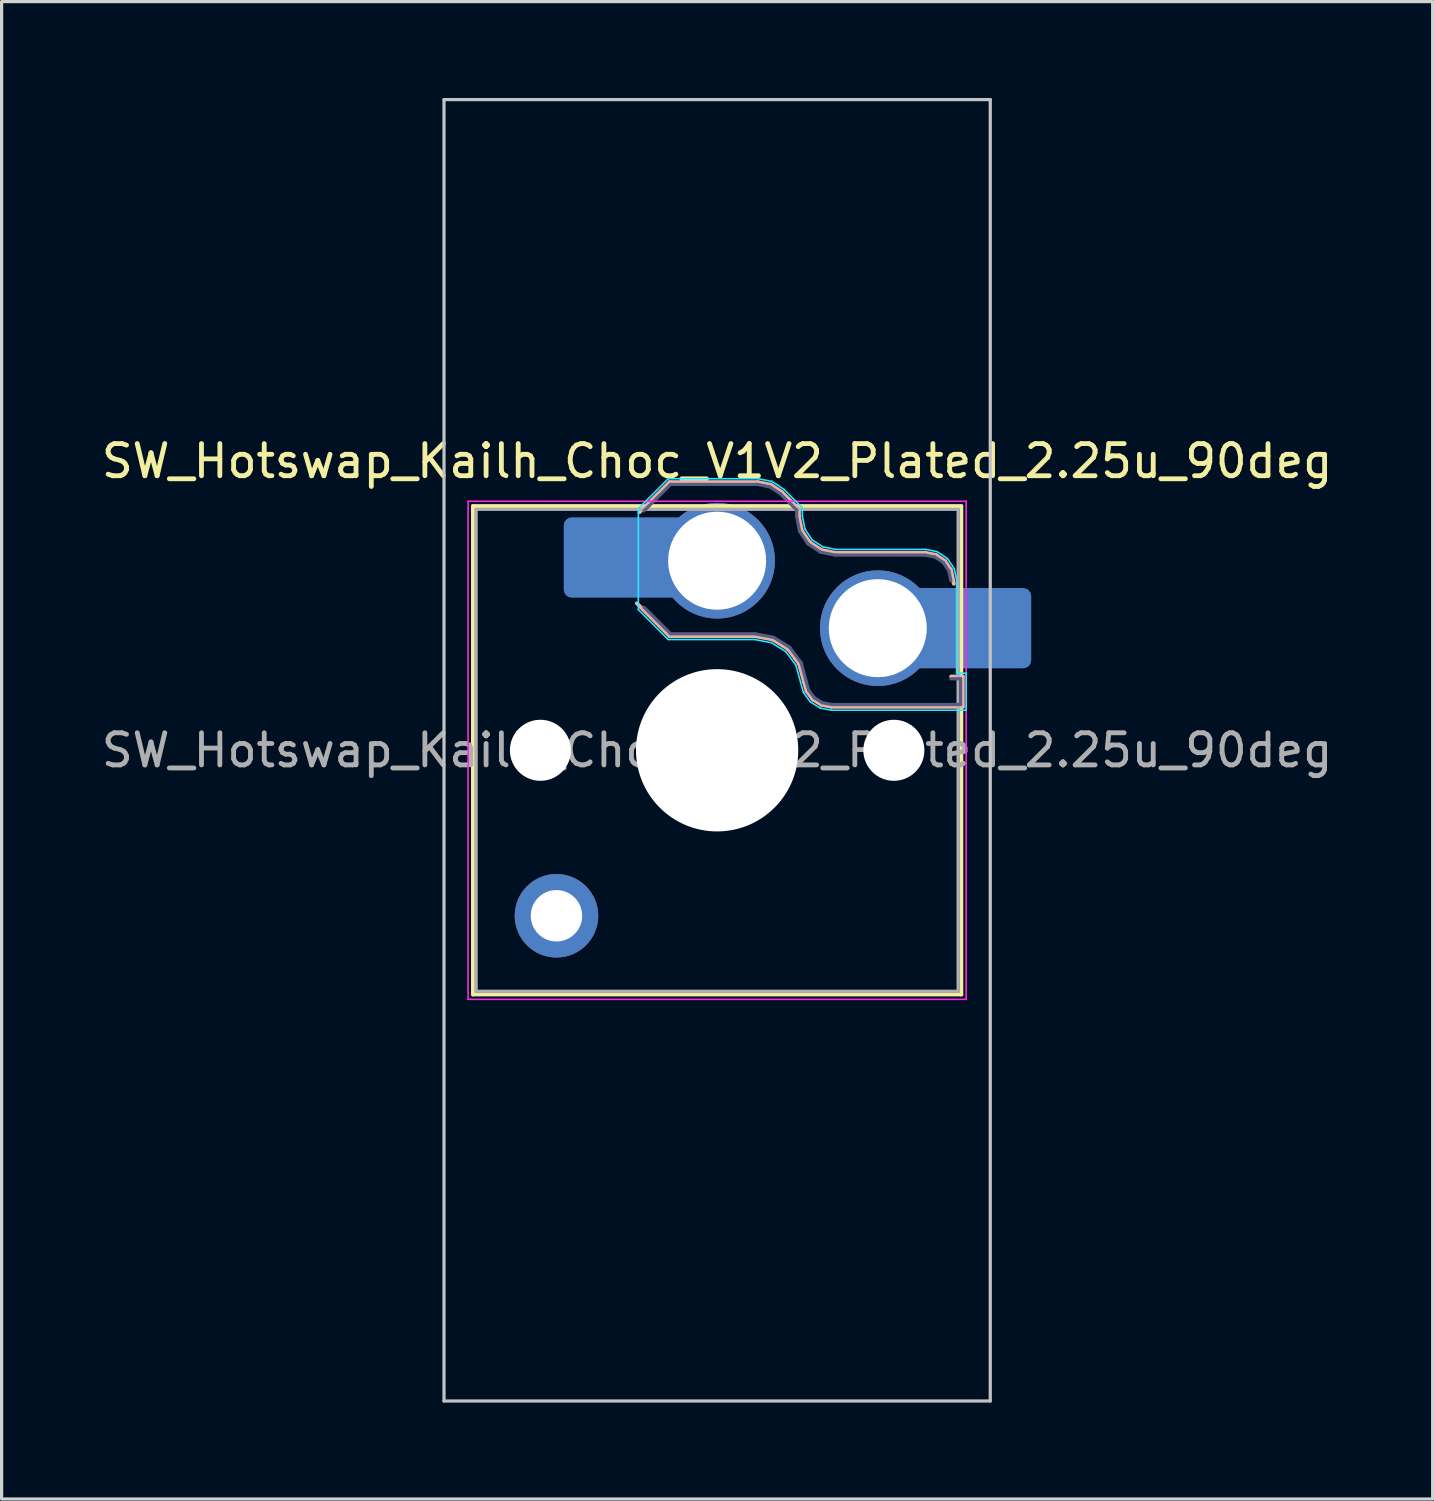
<source format=kicad_pcb>
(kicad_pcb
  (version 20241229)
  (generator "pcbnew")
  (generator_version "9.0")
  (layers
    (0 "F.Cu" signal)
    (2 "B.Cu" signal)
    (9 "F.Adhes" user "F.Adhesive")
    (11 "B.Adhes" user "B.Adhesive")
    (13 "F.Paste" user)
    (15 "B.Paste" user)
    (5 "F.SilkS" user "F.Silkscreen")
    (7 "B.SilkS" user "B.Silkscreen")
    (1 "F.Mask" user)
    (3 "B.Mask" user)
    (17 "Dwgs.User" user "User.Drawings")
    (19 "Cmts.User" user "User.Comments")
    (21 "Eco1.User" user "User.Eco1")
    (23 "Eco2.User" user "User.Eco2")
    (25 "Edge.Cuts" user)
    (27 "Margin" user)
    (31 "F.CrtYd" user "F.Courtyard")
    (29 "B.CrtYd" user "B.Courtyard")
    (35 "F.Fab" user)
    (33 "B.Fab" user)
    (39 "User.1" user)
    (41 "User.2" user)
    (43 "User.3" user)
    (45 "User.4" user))
  (footprint "SW_Hotswap_Kailh_Choc_V1V2_Plated_2.25u_90deg"
    (layer "F.Cu")
    (at 19.268 20.3)
    (property "Reference" "SW_Hotswap_Kailh_Choc_V1V2_Plated_2.25u_90deg" (at 0 -9 0) (layer "F.SilkS") (effects (font (size 1 1) (thickness 0.15))))
    (attr smd)
    (fp_line (start -7.6 -7.6) (end -7.6 7.6) (stroke (width 0.12) (type solid)) (layer "F.SilkS"))
    (fp_line (start -7.6 7.6) (end 7.6 7.6) (stroke (width 0.12) (type solid)) (layer "F.SilkS"))
    (fp_line (start 7.6 -7.6) (end -7.6 -7.6) (stroke (width 0.12) (type solid)) (layer "F.SilkS"))
    (fp_line (start 7.6 7.6) (end 7.6 -7.6) (stroke (width 0.12) (type solid)) (layer "F.SilkS"))
    (fp_line (start -2.416 -7.409) (end -1.479 -8.346) (stroke (width 0.12) (type solid)) (layer "B.SilkS"))
    (fp_line (start -1.479 -8.346) (end 1.268 -8.346) (stroke (width 0.12) (type solid)) (layer "B.SilkS"))
    (fp_line (start -1.479 -3.554) (end -2.5 -4.575) (stroke (width 0.12) (type solid)) (layer "B.SilkS"))
    (fp_line (start 1.168 -3.554) (end -1.479 -3.554) (stroke (width 0.12) (type solid)) (layer "B.SilkS"))
    (fp_line (start 1.268 -8.346) (end 1.671 -8.266) (stroke (width 0.12) (type solid)) (layer "B.SilkS"))
    (fp_line (start 1.671 -8.266) (end 2.013 -8.037) (stroke (width 0.12) (type solid)) (layer "B.SilkS"))
    (fp_line (start 1.73 -3.449) (end 1.168 -3.554) (stroke (width 0.12) (type solid)) (layer "B.SilkS"))
    (fp_line (start 2.013 -8.037) (end 2.546 -7.504) (stroke (width 0.12) (type solid)) (layer "B.SilkS"))
    (fp_line (start 2.209 -3.15) (end 1.73 -3.449) (stroke (width 0.12) (type solid)) (layer "B.SilkS"))
    (fp_line (start 2.546 -7.504) (end 2.546 -7.282) (stroke (width 0.12) (type solid)) (layer "B.SilkS"))
    (fp_line (start 2.546 -7.282) (end 2.633 -6.844) (stroke (width 0.12) (type solid)) (layer "B.SilkS"))
    (fp_line (start 2.547 -2.697) (end 2.209 -3.15) (stroke (width 0.12) (type solid)) (layer "B.SilkS"))
    (fp_line (start 2.633 -6.844) (end 2.877 -6.477) (stroke (width 0.12) (type solid)) (layer "B.SilkS"))
    (fp_line (start 2.701 -2.139) (end 2.547 -2.697) (stroke (width 0.12) (type solid)) (layer "B.SilkS"))
    (fp_line (start 2.783 -1.841) (end 2.701 -2.139) (stroke (width 0.12) (type solid)) (layer "B.SilkS"))
    (fp_line (start 2.877 -6.477) (end 3.244 -6.233) (stroke (width 0.12) (type solid)) (layer "B.SilkS"))
    (fp_line (start 2.976 -1.583) (end 2.783 -1.841) (stroke (width 0.12) (type solid)) (layer "B.SilkS"))
    (fp_line (start 3.244 -6.233) (end 3.682 -6.146) (stroke (width 0.12) (type solid)) (layer "B.SilkS"))
    (fp_line (start 3.25 -1.413) (end 2.976 -1.583) (stroke (width 0.12) (type solid)) (layer "B.SilkS"))
    (fp_line (start 3.56 -1.354) (end 3.25 -1.413) (stroke (width 0.12) (type solid)) (layer "B.SilkS"))
    (fp_line (start 3.682 -6.146) (end 6.482 -6.146) (stroke (width 0.12) (type solid)) (layer "B.SilkS"))
    (fp_line (start 6.482 -6.146) (end 6.809 -6.081) (stroke (width 0.12) (type solid)) (layer "B.SilkS"))
    (fp_line (start 6.809 -6.081) (end 7.092 -5.892) (stroke (width 0.12) (type solid)) (layer "B.SilkS"))
    (fp_line (start 7.092 -5.892) (end 7.281 -5.609) (stroke (width 0.12) (type solid)) (layer "B.SilkS"))
    (fp_line (start 7.281 -5.609) (end 7.366 -5.182) (stroke (width 0.12) (type solid)) (layer "B.SilkS"))
    (fp_line (start 7.283 -2.296) (end 7.646 -2.296) (stroke (width 0.12) (type solid)) (layer "B.SilkS"))
    (fp_line (start 7.646 -2.296) (end 7.646 -1.354) (stroke (width 0.12) (type solid)) (layer "B.SilkS"))
    (fp_line (start 7.646 -1.354) (end 3.56 -1.354) (stroke (width 0.12) (type solid)) (layer "B.SilkS"))
    (fp_line (start -8.5 -20.25) (end 8.5 -20.25) (stroke (width 0.1) (type solid)) (layer "Dwgs.User"))
    (fp_line (start -8.5 20.25) (end -8.5 -20.25) (stroke (width 0.1) (type solid)) (layer "Dwgs.User"))
    (fp_line (start 8.5 -20.25) (end 8.5 20.25) (stroke (width 0.1) (type solid)) (layer "Dwgs.User"))
    (fp_line (start 8.5 20.25) (end -8.5 20.25) (stroke (width 0.1) (type solid)) (layer "Dwgs.User"))
    (fp_line (start -7.25 -7.25) (end -7.25 7.25) (stroke (width 0.1) (type solid)) (layer "Eco1.User"))
    (fp_line (start -7.25 7.25) (end 7.25 7.25) (stroke (width 0.1) (type solid)) (layer "Eco1.User"))
    (fp_line (start 7.25 -7.25) (end -7.25 -7.25) (stroke (width 0.1) (type solid)) (layer "Eco1.User"))
    (fp_line (start 7.25 7.25) (end 7.25 -7.25) (stroke (width 0.1) (type solid)) (layer "Eco1.User"))
    (fp_line (start -2.452 -7.523) (end -1.523 -8.452) (stroke (width 0.05) (type solid)) (layer "B.CrtYd"))
    (fp_line (start -2.452 -4.377) (end -2.452 -7.523) (stroke (width 0.05) (type solid)) (layer "B.CrtYd"))
    (fp_line (start -1.523 -8.452) (end 1.278 -8.452) (stroke (width 0.05) (type solid)) (layer "B.CrtYd"))
    (fp_line (start -1.523 -3.448) (end -2.452 -4.377) (stroke (width 0.05) (type solid)) (layer "B.CrtYd"))
    (fp_line (start 1.159 -3.448) (end -1.523 -3.448) (stroke (width 0.05) (type solid)) (layer "B.CrtYd"))
    (fp_line (start 1.278 -8.452) (end 1.712 -8.366) (stroke (width 0.05) (type solid)) (layer "B.CrtYd"))
    (fp_line (start 1.691 -3.348) (end 1.159 -3.448) (stroke (width 0.05) (type solid)) (layer "B.CrtYd"))
    (fp_line (start 1.712 -8.366) (end 2.081 -8.119) (stroke (width 0.05) (type solid)) (layer "B.CrtYd"))
    (fp_line (start 2.081 -8.119) (end 2.652 -7.548) (stroke (width 0.05) (type solid)) (layer "B.CrtYd"))
    (fp_line (start 2.136 -3.071) (end 1.691 -3.348) (stroke (width 0.05) (type solid)) (layer "B.CrtYd"))
    (fp_line (start 2.45 -2.65) (end 2.136 -3.071) (stroke (width 0.05) (type solid)) (layer "B.CrtYd"))
    (fp_line (start 2.599 -2.111) (end 2.45 -2.65) (stroke (width 0.05) (type solid)) (layer "B.CrtYd"))
    (fp_line (start 2.652 -7.548) (end 2.652 -7.292) (stroke (width 0.05) (type solid)) (layer "B.CrtYd"))
    (fp_line (start 2.652 -7.292) (end 2.733 -6.885) (stroke (width 0.05) (type solid)) (layer "B.CrtYd"))
    (fp_line (start 2.687 -1.794) (end 2.599 -2.111) (stroke (width 0.05) (type solid)) (layer "B.CrtYd"))
    (fp_line (start 2.733 -6.885) (end 2.953 -6.553) (stroke (width 0.05) (type solid)) (layer "B.CrtYd"))
    (fp_line (start 2.903 -1.503) (end 2.687 -1.794) (stroke (width 0.05) (type solid)) (layer "B.CrtYd"))
    (fp_line (start 2.953 -6.553) (end 3.285 -6.333) (stroke (width 0.05) (type solid)) (layer "B.CrtYd"))
    (fp_line (start 3.211 -1.312) (end 2.903 -1.503) (stroke (width 0.05) (type solid)) (layer "B.CrtYd"))
    (fp_line (start 3.285 -6.333) (end 3.692 -6.252) (stroke (width 0.05) (type solid)) (layer "B.CrtYd"))
    (fp_line (start 3.55 -1.248) (end 3.211 -1.312) (stroke (width 0.05) (type solid)) (layer "B.CrtYd"))
    (fp_line (start 3.692 -6.252) (end 6.492 -6.252) (stroke (width 0.05) (type solid)) (layer "B.CrtYd"))
    (fp_line (start 6.492 -6.252) (end 6.85 -6.181) (stroke (width 0.05) (type solid)) (layer "B.CrtYd"))
    (fp_line (start 6.85 -6.181) (end 7.168 -5.968) (stroke (width 0.05) (type solid)) (layer "B.CrtYd"))
    (fp_line (start 7.168 -5.968) (end 7.381 -5.65) (stroke (width 0.05) (type solid)) (layer "B.CrtYd"))
    (fp_line (start 7.381 -5.65) (end 7.452 -5.292) (stroke (width 0.05) (type solid)) (layer "B.CrtYd"))
    (fp_line (start 7.452 -5.292) (end 7.452 -2.402) (stroke (width 0.05) (type solid)) (layer "B.CrtYd"))
    (fp_line (start 7.452 -2.402) (end 7.752 -2.402) (stroke (width 0.05) (type solid)) (layer "B.CrtYd"))
    (fp_line (start 7.752 -2.402) (end 7.752 -1.248) (stroke (width 0.05) (type solid)) (layer "B.CrtYd"))
    (fp_line (start 7.752 -1.248) (end 3.55 -1.248) (stroke (width 0.05) (type solid)) (layer "B.CrtYd"))
    (fp_line (start -7.75 -7.75) (end -7.75 7.75) (stroke (width 0.05) (type solid)) (layer "F.CrtYd"))
    (fp_line (start -7.75 7.75) (end 7.75 7.75) (stroke (width 0.05) (type solid)) (layer "F.CrtYd"))
    (fp_line (start 7.75 -7.75) (end -7.75 -7.75) (stroke (width 0.05) (type solid)) (layer "F.CrtYd"))
    (fp_line (start 7.75 7.75) (end 7.75 -7.75) (stroke (width 0.05) (type solid)) (layer "F.CrtYd"))
    (fp_line (start -2.275 -7.45) (end -1.45 -8.275) (stroke (width 0.1) (type solid)) (layer "B.Fab"))
    (fp_line (start -1.45 -8.275) (end 1.261 -8.275) (stroke (width 0.1) (type solid)) (layer "B.Fab"))
    (fp_line (start -1.45 -3.625) (end -2.275 -4.45) (stroke (width 0.1) (type solid)) (layer "B.Fab"))
    (fp_line (start 1.175 -3.625) (end -1.45 -3.625) (stroke (width 0.1) (type solid)) (layer "B.Fab"))
    (fp_line (start 1.261 -8.275) (end 1.643 -8.199) (stroke (width 0.1) (type solid)) (layer "B.Fab"))
    (fp_line (start 1.643 -8.199) (end 1.968 -7.982) (stroke (width 0.1) (type solid)) (layer "B.Fab"))
    (fp_line (start 1.756 -3.516) (end 1.175 -3.625) (stroke (width 0.1) (type solid)) (layer "B.Fab"))
    (fp_line (start 1.968 -7.982) (end 2.475 -7.475) (stroke (width 0.1) (type solid)) (layer "B.Fab"))
    (fp_line (start 2.258 -3.203) (end 1.756 -3.516) (stroke (width 0.1) (type solid)) (layer "B.Fab"))
    (fp_line (start 2.475 -7.475) (end 2.475 -7.275) (stroke (width 0.1) (type solid)) (layer "B.Fab"))
    (fp_line (start 2.475 -7.275) (end 2.566 -6.816) (stroke (width 0.1) (type solid)) (layer "B.Fab"))
    (fp_line (start 2.566 -6.816) (end 2.826 -6.426) (stroke (width 0.1) (type solid)) (layer "B.Fab"))
    (fp_line (start 2.612 -2.729) (end 2.258 -3.203) (stroke (width 0.1) (type solid)) (layer "B.Fab"))
    (fp_line (start 2.769 -2.158) (end 2.612 -2.729) (stroke (width 0.1) (type solid)) (layer "B.Fab"))
    (fp_line (start 2.826 -6.426) (end 3.216 -6.166) (stroke (width 0.1) (type solid)) (layer "B.Fab"))
    (fp_line (start 2.848 -1.873) (end 2.769 -2.158) (stroke (width 0.1) (type solid)) (layer "B.Fab"))
    (fp_line (start 3.025 -1.636) (end 2.848 -1.873) (stroke (width 0.1) (type solid)) (layer "B.Fab"))
    (fp_line (start 3.216 -6.166) (end 3.675 -6.075) (stroke (width 0.1) (type solid)) (layer "B.Fab"))
    (fp_line (start 3.276 -1.48) (end 3.025 -1.636) (stroke (width 0.1) (type solid)) (layer "B.Fab"))
    (fp_line (start 3.567 -1.425) (end 3.276 -1.48) (stroke (width 0.1) (type solid)) (layer "B.Fab"))
    (fp_line (start 3.675 -6.075) (end 6.475 -6.075) (stroke (width 0.1) (type solid)) (layer "B.Fab"))
    (fp_line (start 6.475 -6.075) (end 6.781 -6.014) (stroke (width 0.1) (type solid)) (layer "B.Fab"))
    (fp_line (start 6.781 -6.014) (end 7.041 -5.841) (stroke (width 0.1) (type solid)) (layer "B.Fab"))
    (fp_line (start 7.041 -5.841) (end 7.214 -5.581) (stroke (width 0.1) (type solid)) (layer "B.Fab"))
    (fp_line (start 7.214 -5.581) (end 7.275 -5.275) (stroke (width 0.1) (type solid)) (layer "B.Fab"))
    (fp_line (start 7.275 -2.225) (end 7.575 -2.225) (stroke (width 0.1) (type solid)) (layer "B.Fab"))
    (fp_line (start 7.575 -2.225) (end 7.575 -1.425) (stroke (width 0.1) (type solid)) (layer "B.Fab"))
    (fp_line (start 7.575 -1.425) (end 3.567 -1.425) (stroke (width 0.1) (type solid)) (layer "B.Fab"))
    (fp_line (start -7.5 -7.5) (end -7.5 7.5) (stroke (width 0.1) (type solid)) (layer "F.Fab"))
    (fp_line (start -7.5 7.5) (end 7.5 7.5) (stroke (width 0.1) (type solid)) (layer "F.Fab"))
    (fp_line (start 7.5 -7.5) (end -7.5 -7.5) (stroke (width 0.1) (type solid)) (layer "F.Fab"))
    (fp_line (start 7.5 7.5) (end 7.5 -7.5) (stroke (width 0.1) (type solid)) (layer "F.Fab"))
    (fp_text user "${REFERENCE}" (at 0 0 0) (layer "F.Fab") (effects (font (size 1 1) (thickness 0.15))))
    (pad "" np_thru_hole circle (at -5.5 0) (size 1.9 1.9) (drill 1.9) (layers "*.Cu" "*.Mask"))
    (pad "" thru_hole circle (at -5 5.15) (size 2.6 2.6) (drill 1.6) (layers "*.Cu" "*.Mask"))
    (pad "" smd roundrect (at -3.5 -6) (size 2.55 2.5) (layers "B.Mask" "B.Paste") (roundrect_rratio 0.1))
    (pad "" np_thru_hole circle (at 0 0) (size 5.05 5.05) (drill 5.05) (layers "*.Cu" "*.Mask"))
    (pad "" np_thru_hole circle (at 5.5 0) (size 1.9 1.9) (drill 1.9) (layers "*.Cu" "*.Mask"))
    (pad "" smd roundrect (at 8.5 -3.8) (size 2.55 2.5) (layers "B.Mask" "B.Paste") (roundrect_rratio 0.1))
    (pad "1" smd roundrect (at -2.85 -6) (size 3.85 2.5) (layers "B.Cu") (roundrect_rratio 0.1))
    (pad "1" thru_hole circle (at 0 -5.9) (size 3.6 3.6) (drill 3.05) (layers "*.Cu" "*.Mask"))
    (pad "2" thru_hole circle (at 5 -3.8) (size 3.6 3.6) (drill 3.05) (layers "*.Cu" "*.Mask"))
    (pad "2" smd roundrect (at 7.85 -3.8) (size 3.85 2.5) (layers "B.Cu") (roundrect_rratio 0.1)))
  (gr_rect
    (start -3 -3)
    (end 41.536 43.6)
    (stroke (width 0.1) (type default))
    (fill no)
    (layer "Edge.Cuts")))
</source>
